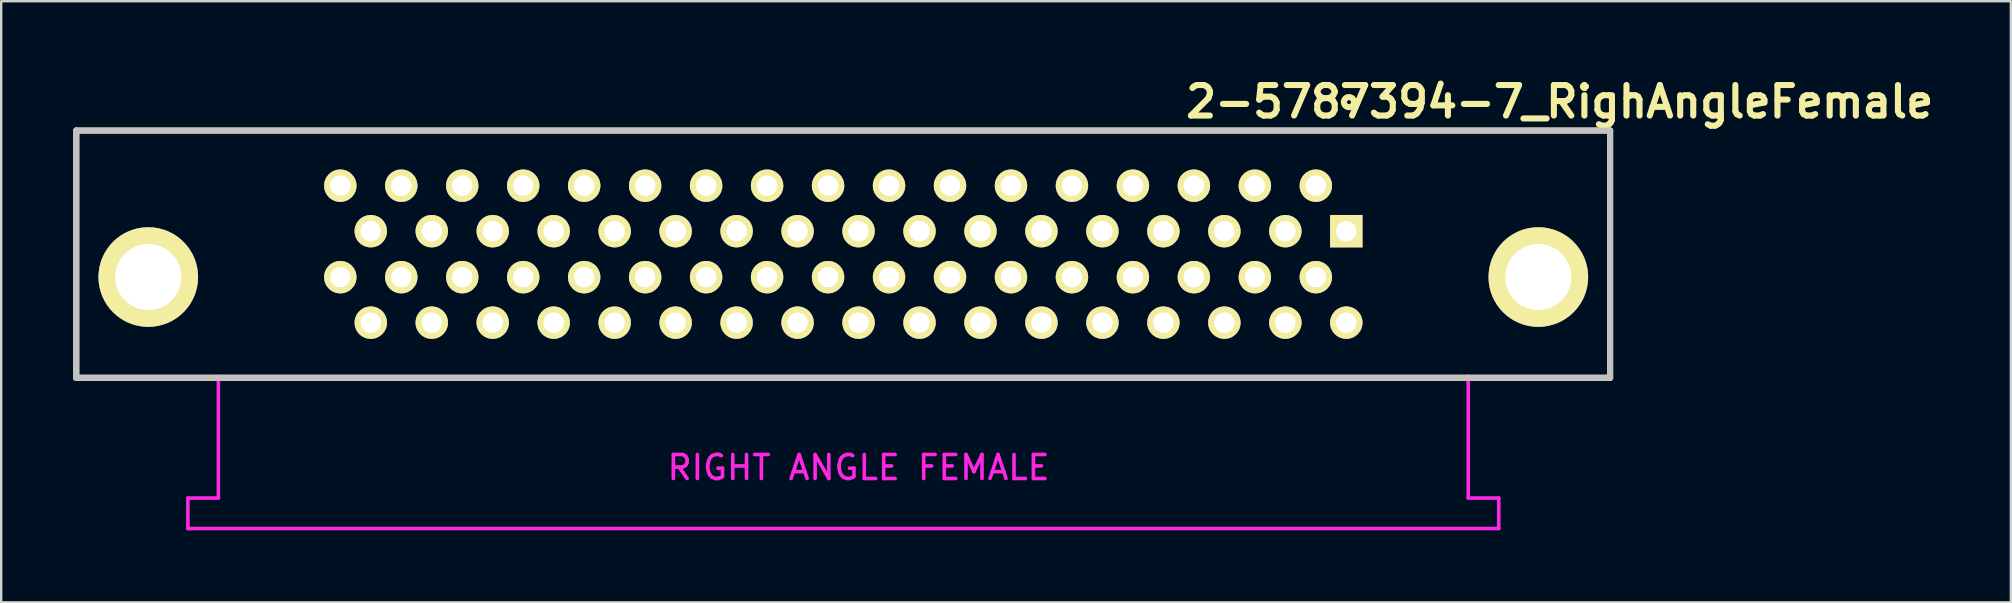
<source format=kicad_pcb>
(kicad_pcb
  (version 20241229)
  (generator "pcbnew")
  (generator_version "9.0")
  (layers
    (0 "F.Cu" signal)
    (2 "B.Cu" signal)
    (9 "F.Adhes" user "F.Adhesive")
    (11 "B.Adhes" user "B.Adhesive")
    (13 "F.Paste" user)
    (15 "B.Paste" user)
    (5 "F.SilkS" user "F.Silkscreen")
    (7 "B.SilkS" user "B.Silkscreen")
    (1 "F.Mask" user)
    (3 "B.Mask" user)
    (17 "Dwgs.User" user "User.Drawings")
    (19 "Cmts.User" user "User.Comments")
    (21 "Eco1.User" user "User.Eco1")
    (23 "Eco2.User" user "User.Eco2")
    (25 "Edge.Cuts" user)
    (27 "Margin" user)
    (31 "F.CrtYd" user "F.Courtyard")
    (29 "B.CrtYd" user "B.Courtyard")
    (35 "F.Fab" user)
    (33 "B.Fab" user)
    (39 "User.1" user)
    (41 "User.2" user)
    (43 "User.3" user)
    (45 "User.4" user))
  (footprint "2-5787394-7_RighAngleFemale"
    (layer "F.Cu")
    (at 29.542 7.539)
    (property "Reference" "2-5787394-7_RighAngleFemale" (at 32.385 -6.35 0) (layer "F.SilkS") (effects (font (size 1.27 1.27) (thickness 0.254))))
    (attr through_hole)
    (fp_line (start -29.415 -5.15) (end -29.415 5.15) (stroke (width 0.254) (type solid)) (layer "F.SilkS"))
    (fp_line (start -29.415 5.15) (end 34.485 5.15) (stroke (width 0.254) (type solid)) (layer "F.SilkS"))
    (fp_line (start 34.485 -5.15) (end -29.415 -5.15) (stroke (width 0.254) (type solid)) (layer "F.SilkS"))
    (fp_line (start 34.485 5.15) (end 34.485 -5.15) (stroke (width 0.254) (type solid)) (layer "F.SilkS"))
    (fp_circle (center 23.606 -6.335) (end 23.816 -6.335) (stroke (width 0.254) (type solid)) (fill no) (layer "F.SilkS"))
    (fp_line (start -29.415 -5.15) (end -29.415 5.15) (stroke (width 0.254) (type solid)) (layer "Dwgs.User"))
    (fp_line (start -29.415 5.15) (end 34.485 5.15) (stroke (width 0.254) (type solid)) (layer "Dwgs.User"))
    (fp_line (start 34.485 -5.15) (end -29.415 -5.15) (stroke (width 0.254) (type solid)) (layer "Dwgs.User"))
    (fp_line (start 34.485 5.15) (end 34.485 -5.15) (stroke (width 0.254) (type solid)) (layer "Dwgs.User"))
    (fp_line (start -24.765 10.16) (end -23.495 10.16) (stroke (width 0.15) (type solid)) (layer "F.CrtYd"))
    (fp_line (start -24.765 11.43) (end -24.765 10.16) (stroke (width 0.15) (type solid)) (layer "F.CrtYd"))
    (fp_line (start -23.495 10.16) (end -23.495 5.08) (stroke (width 0.15) (type solid)) (layer "F.CrtYd"))
    (fp_line (start 28.575 5.08) (end 28.575 10.16) (stroke (width 0.15) (type solid)) (layer "F.CrtYd"))
    (fp_line (start 28.575 10.16) (end 29.845 10.16) (stroke (width 0.15) (type solid)) (layer "F.CrtYd"))
    (fp_line (start 29.845 10.16) (end 29.845 11.43) (stroke (width 0.15) (type solid)) (layer "F.CrtYd"))
    (fp_line (start 29.845 11.43) (end -24.765 11.43) (stroke (width 0.15) (type solid)) (layer "F.CrtYd"))
    (fp_text user "RIGHT ANGLE FEMALE" (at 3.175 8.89 0) (layer "F.CrtYd") (effects (font (size 1 1) (thickness 0.15))))
    (pad "1" thru_hole rect (at 23.495 -0.958 270) (size 1.35 1.35) (drill 0.85) (layers "*.Cu" "*.Mask" "F.SilkS"))
    (pad "2" thru_hole circle (at 22.225 -2.853 270) (size 1.35 1.35) (drill 0.85) (layers "*.Cu" "*.Mask" "F.SilkS"))
    (pad "3" thru_hole circle (at 20.955 -0.958 270) (size 1.35 1.35) (drill 0.85) (layers "*.Cu" "*.Mask" "F.SilkS"))
    (pad "4" thru_hole circle (at 19.685 -2.853 270) (size 1.35 1.35) (drill 0.85) (layers "*.Cu" "*.Mask" "F.SilkS"))
    (pad "5" thru_hole circle (at 18.415 -0.958 270) (size 1.35 1.35) (drill 0.85) (layers "*.Cu" "*.Mask" "F.SilkS"))
    (pad "6" thru_hole circle (at 17.145 -2.853 270) (size 1.35 1.35) (drill 0.85) (layers "*.Cu" "*.Mask" "F.SilkS"))
    (pad "7" thru_hole circle (at 15.875 -0.958 270) (size 1.35 1.35) (drill 0.85) (layers "*.Cu" "*.Mask" "F.SilkS"))
    (pad "8" thru_hole circle (at 14.605 -2.853 270) (size 1.35 1.35) (drill 0.85) (layers "*.Cu" "*.Mask" "F.SilkS"))
    (pad "9" thru_hole circle (at 13.335 -0.958 270) (size 1.35 1.35) (drill 0.85) (layers "*.Cu" "*.Mask" "F.SilkS"))
    (pad "10" thru_hole circle (at 12.065 -2.853 270) (size 1.35 1.35) (drill 0.85) (layers "*.Cu" "*.Mask" "F.SilkS"))
    (pad "11" thru_hole circle (at 10.795 -0.958 270) (size 1.35 1.35) (drill 0.85) (layers "*.Cu" "*.Mask" "F.SilkS"))
    (pad "12" thru_hole circle (at 9.525 -2.853 270) (size 1.35 1.35) (drill 0.85) (layers "*.Cu" "*.Mask" "F.SilkS"))
    (pad "13" thru_hole circle (at 8.255 -0.958 270) (size 1.35 1.35) (drill 0.85) (layers "*.Cu" "*.Mask" "F.SilkS"))
    (pad "14" thru_hole circle (at 6.985 -2.853 270) (size 1.35 1.35) (drill 0.85) (layers "*.Cu" "*.Mask" "F.SilkS"))
    (pad "15" thru_hole circle (at 5.715 -0.958 270) (size 1.35 1.35) (drill 0.85) (layers "*.Cu" "*.Mask" "F.SilkS"))
    (pad "16" thru_hole circle (at 4.445 -2.853 270) (size 1.35 1.35) (drill 0.85) (layers "*.Cu" "*.Mask" "F.SilkS"))
    (pad "17" thru_hole circle (at 3.175 -0.958 270) (size 1.35 1.35) (drill 0.85) (layers "*.Cu" "*.Mask" "F.SilkS"))
    (pad "18" thru_hole circle (at 1.905 -2.853 270) (size 1.35 1.35) (drill 0.85) (layers "*.Cu" "*.Mask" "F.SilkS"))
    (pad "19" thru_hole circle (at 0.635 -0.958 270) (size 1.35 1.35) (drill 0.85) (layers "*.Cu" "*.Mask" "F.SilkS"))
    (pad "20" thru_hole circle (at -0.635 -2.853 270) (size 1.35 1.35) (drill 0.85) (layers "*.Cu" "*.Mask" "F.SilkS"))
    (pad "21" thru_hole circle (at -1.905 -0.958 270) (size 1.35 1.35) (drill 0.85) (layers "*.Cu" "*.Mask" "F.SilkS"))
    (pad "22" thru_hole circle (at -3.175 -2.853 270) (size 1.35 1.35) (drill 0.85) (layers "*.Cu" "*.Mask" "F.SilkS"))
    (pad "23" thru_hole circle (at -4.445 -0.958 270) (size 1.35 1.35) (drill 0.85) (layers "*.Cu" "*.Mask" "F.SilkS"))
    (pad "24" thru_hole circle (at -5.715 -2.853 270) (size 1.35 1.35) (drill 0.85) (layers "*.Cu" "*.Mask" "F.SilkS"))
    (pad "25" thru_hole circle (at -6.985 -0.958 270) (size 1.35 1.35) (drill 0.85) (layers "*.Cu" "*.Mask" "F.SilkS"))
    (pad "26" thru_hole circle (at -8.255 -2.853 270) (size 1.35 1.35) (drill 0.85) (layers "*.Cu" "*.Mask" "F.SilkS"))
    (pad "27" thru_hole circle (at -9.525 -0.958 270) (size 1.35 1.35) (drill 0.85) (layers "*.Cu" "*.Mask" "F.SilkS"))
    (pad "28" thru_hole circle (at -10.795 -2.853 270) (size 1.35 1.35) (drill 0.85) (layers "*.Cu" "*.Mask" "F.SilkS"))
    (pad "29" thru_hole circle (at -12.065 -0.958 270) (size 1.35 1.35) (drill 0.85) (layers "*.Cu" "*.Mask" "F.SilkS"))
    (pad "30" thru_hole circle (at -13.335 -2.853 270) (size 1.35 1.35) (drill 0.85) (layers "*.Cu" "*.Mask" "F.SilkS"))
    (pad "31" thru_hole circle (at -14.605 -0.958 270) (size 1.35 1.35) (drill 0.85) (layers "*.Cu" "*.Mask" "F.SilkS"))
    (pad "32" thru_hole circle (at -15.875 -2.853 270) (size 1.35 1.35) (drill 0.85) (layers "*.Cu" "*.Mask" "F.SilkS"))
    (pad "33" thru_hole circle (at -17.145 -0.958 270) (size 1.35 1.35) (drill 0.85) (layers "*.Cu" "*.Mask" "F.SilkS"))
    (pad "34" thru_hole circle (at -18.415 -2.853 270) (size 1.35 1.35) (drill 0.85) (layers "*.Cu" "*.Mask" "F.SilkS"))
    (pad "35" thru_hole circle (at 23.495 2.853 270) (size 1.35 1.35) (drill 0.85) (layers "*.Cu" "*.Mask" "F.SilkS"))
    (pad "36" thru_hole circle (at 22.225 0.958 270) (size 1.35 1.35) (drill 0.85) (layers "*.Cu" "*.Mask" "F.SilkS"))
    (pad "37" thru_hole circle (at 20.955 2.853 270) (size 1.35 1.35) (drill 0.85) (layers "*.Cu" "*.Mask" "F.SilkS"))
    (pad "38" thru_hole circle (at 19.685 0.958 270) (size 1.35 1.35) (drill 0.85) (layers "*.Cu" "*.Mask" "F.SilkS"))
    (pad "39" thru_hole circle (at 18.415 2.853 270) (size 1.35 1.35) (drill 0.85) (layers "*.Cu" "*.Mask" "F.SilkS"))
    (pad "40" thru_hole circle (at 17.145 0.958 270) (size 1.35 1.35) (drill 0.85) (layers "*.Cu" "*.Mask" "F.SilkS"))
    (pad "41" thru_hole circle (at 15.875 2.853 270) (size 1.35 1.35) (drill 0.85) (layers "*.Cu" "*.Mask" "F.SilkS"))
    (pad "42" thru_hole circle (at 14.605 0.958 270) (size 1.35 1.35) (drill 0.85) (layers "*.Cu" "*.Mask" "F.SilkS"))
    (pad "43" thru_hole circle (at 13.335 2.853 270) (size 1.35 1.35) (drill 0.85) (layers "*.Cu" "*.Mask" "F.SilkS"))
    (pad "44" thru_hole circle (at 12.065 0.958 270) (size 1.35 1.35) (drill 0.85) (layers "*.Cu" "*.Mask" "F.SilkS"))
    (pad "45" thru_hole circle (at 10.795 2.853 270) (size 1.35 1.35) (drill 0.85) (layers "*.Cu" "*.Mask" "F.SilkS"))
    (pad "46" thru_hole circle (at 9.525 0.958 270) (size 1.35 1.35) (drill 0.85) (layers "*.Cu" "*.Mask" "F.SilkS"))
    (pad "47" thru_hole circle (at 8.255 2.853 270) (size 1.35 1.35) (drill 0.85) (layers "*.Cu" "*.Mask" "F.SilkS"))
    (pad "48" thru_hole circle (at 6.985 0.958 270) (size 1.35 1.35) (drill 0.85) (layers "*.Cu" "*.Mask" "F.SilkS"))
    (pad "49" thru_hole circle (at 5.715 2.853 270) (size 1.35 1.35) (drill 0.85) (layers "*.Cu" "*.Mask" "F.SilkS"))
    (pad "50" thru_hole circle (at 4.445 0.958 270) (size 1.35 1.35) (drill 0.85) (layers "*.Cu" "*.Mask" "F.SilkS"))
    (pad "51" thru_hole circle (at 3.175 2.853 270) (size 1.35 1.35) (drill 0.85) (layers "*.Cu" "*.Mask" "F.SilkS"))
    (pad "52" thru_hole circle (at 1.905 0.958 270) (size 1.35 1.35) (drill 0.85) (layers "*.Cu" "*.Mask" "F.SilkS"))
    (pad "53" thru_hole circle (at 0.635 2.853 270) (size 1.35 1.35) (drill 0.85) (layers "*.Cu" "*.Mask" "F.SilkS"))
    (pad "54" thru_hole circle (at -0.635 0.958 270) (size 1.35 1.35) (drill 0.85) (layers "*.Cu" "*.Mask" "F.SilkS"))
    (pad "55" thru_hole circle (at -1.905 2.853 270) (size 1.35 1.35) (drill 0.85) (layers "*.Cu" "*.Mask" "F.SilkS"))
    (pad "56" thru_hole circle (at -3.175 0.958 270) (size 1.35 1.35) (drill 0.85) (layers "*.Cu" "*.Mask" "F.SilkS"))
    (pad "57" thru_hole circle (at -4.445 2.853 270) (size 1.35 1.35) (drill 0.85) (layers "*.Cu" "*.Mask" "F.SilkS"))
    (pad "58" thru_hole circle (at -5.715 0.958 270) (size 1.35 1.35) (drill 0.85) (layers "*.Cu" "*.Mask" "F.SilkS"))
    (pad "59" thru_hole circle (at -6.985 2.853 270) (size 1.35 1.35) (drill 0.85) (layers "*.Cu" "*.Mask" "F.SilkS"))
    (pad "60" thru_hole circle (at -8.255 0.958 270) (size 1.35 1.35) (drill 0.85) (layers "*.Cu" "*.Mask" "F.SilkS"))
    (pad "61" thru_hole circle (at -9.525 2.853 270) (size 1.35 1.35) (drill 0.85) (layers "*.Cu" "*.Mask" "F.SilkS"))
    (pad "62" thru_hole circle (at -10.795 0.958 270) (size 1.35 1.35) (drill 0.85) (layers "*.Cu" "*.Mask" "F.SilkS"))
    (pad "63" thru_hole circle (at -12.065 2.853 270) (size 1.35 1.35) (drill 0.85) (layers "*.Cu" "*.Mask" "F.SilkS"))
    (pad "64" thru_hole circle (at -13.335 0.958 270) (size 1.35 1.35) (drill 0.85) (layers "*.Cu" "*.Mask" "F.SilkS"))
    (pad "65" thru_hole circle (at -14.605 2.853 270) (size 1.35 1.35) (drill 0.85) (layers "*.Cu" "*.Mask" "F.SilkS"))
    (pad "66" thru_hole circle (at -15.875 0.958 270) (size 1.35 1.35) (drill 0.85) (layers "*.Cu" "*.Mask" "F.SilkS"))
    (pad "67" thru_hole circle (at -17.145 2.853 270) (size 1.35 1.35) (drill 0.85) (layers "*.Cu" "*.Mask" "F.SilkS"))
    (pad "68" thru_hole circle (at -18.415 0.958 270) (size 1.35 1.35) (drill 0.85) (layers "*.Cu" "*.Mask" "F.SilkS"))
    (pad "69" thru_hole circle (at -26.415 0.953 270) (size 4.15 4.15) (drill 2.75) (layers "*.Cu" "*.Mask" "F.SilkS"))
    (pad "70" thru_hole circle (at 31.495 0.953 270) (size 4.15 4.15) (drill 2.75) (layers "*.Cu" "*.Mask" "F.SilkS")))
  (gr_rect
    (start -3 -3)
    (end 80.723 22.044)
    (stroke (width 0.1) (type default))
    (fill no)
    (layer "Edge.Cuts")))
</source>
